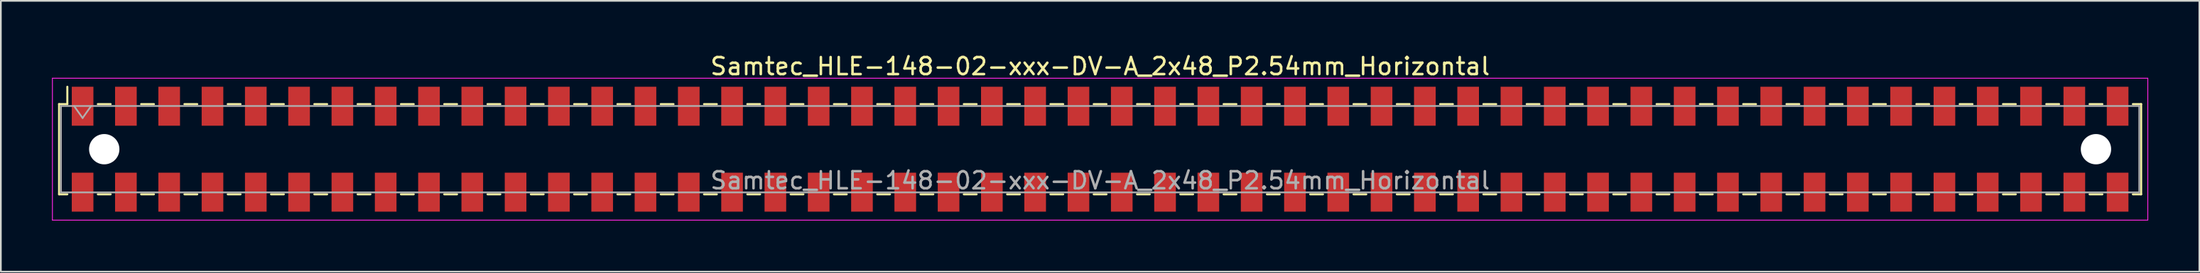
<source format=kicad_pcb>
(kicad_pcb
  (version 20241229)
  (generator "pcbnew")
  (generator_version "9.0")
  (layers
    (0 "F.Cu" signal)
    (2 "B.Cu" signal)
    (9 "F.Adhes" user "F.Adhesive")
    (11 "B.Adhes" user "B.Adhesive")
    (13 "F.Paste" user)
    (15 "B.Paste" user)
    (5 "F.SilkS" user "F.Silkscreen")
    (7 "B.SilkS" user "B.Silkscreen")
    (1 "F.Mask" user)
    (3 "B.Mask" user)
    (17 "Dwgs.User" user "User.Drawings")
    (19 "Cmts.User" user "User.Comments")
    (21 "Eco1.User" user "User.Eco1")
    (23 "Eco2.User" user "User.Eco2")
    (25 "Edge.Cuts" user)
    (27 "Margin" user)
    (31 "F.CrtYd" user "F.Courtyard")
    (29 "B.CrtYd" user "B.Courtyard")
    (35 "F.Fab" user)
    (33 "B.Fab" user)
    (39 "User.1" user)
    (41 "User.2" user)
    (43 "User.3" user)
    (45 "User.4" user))
  (footprint "Samtec_HLE-148-02-xxx-DV-A_2x48_P2.54mm_Horizontal"
    (layer "F.Cu")
    (at 61.485 5.718)
    (property "Reference" "Samtec_HLE-148-02-xxx-DV-A_2x48_P2.54mm_Horizontal" (at 0 -4.87 0) (layer "F.SilkS") (effects (font (size 1 1) (thickness 0.15))))
    (attr smd)
    (fp_line (start -61.07 -2.65) (end -61.07 2.65) (stroke (width 0.12) (type solid)) (layer "F.SilkS"))
    (fp_line (start -61.07 2.65) (end -60.585 2.65) (stroke (width 0.12) (type solid)) (layer "F.SilkS"))
    (fp_line (start -60.585 -3.67) (end -60.585 -2.65) (stroke (width 0.12) (type solid)) (layer "F.SilkS"))
    (fp_line (start -60.585 -2.65) (end -61.07 -2.65) (stroke (width 0.12) (type solid)) (layer "F.SilkS"))
    (fp_line (start -58.795 -2.65) (end -58.045 -2.65) (stroke (width 0.12) (type solid)) (layer "F.SilkS"))
    (fp_line (start -58.795 2.65) (end -58.045 2.65) (stroke (width 0.12) (type solid)) (layer "F.SilkS"))
    (fp_line (start -56.255 -2.65) (end -55.505 -2.65) (stroke (width 0.12) (type solid)) (layer "F.SilkS"))
    (fp_line (start -56.255 2.65) (end -55.505 2.65) (stroke (width 0.12) (type solid)) (layer "F.SilkS"))
    (fp_line (start -53.715 -2.65) (end -52.965 -2.65) (stroke (width 0.12) (type solid)) (layer "F.SilkS"))
    (fp_line (start -53.715 2.65) (end -52.965 2.65) (stroke (width 0.12) (type solid)) (layer "F.SilkS"))
    (fp_line (start -51.175 -2.65) (end -50.425 -2.65) (stroke (width 0.12) (type solid)) (layer "F.SilkS"))
    (fp_line (start -51.175 2.65) (end -50.425 2.65) (stroke (width 0.12) (type solid)) (layer "F.SilkS"))
    (fp_line (start -48.635 -2.65) (end -47.885 -2.65) (stroke (width 0.12) (type solid)) (layer "F.SilkS"))
    (fp_line (start -48.635 2.65) (end -47.885 2.65) (stroke (width 0.12) (type solid)) (layer "F.SilkS"))
    (fp_line (start -46.095 -2.65) (end -45.345 -2.65) (stroke (width 0.12) (type solid)) (layer "F.SilkS"))
    (fp_line (start -46.095 2.65) (end -45.345 2.65) (stroke (width 0.12) (type solid)) (layer "F.SilkS"))
    (fp_line (start -43.555 -2.65) (end -42.805 -2.65) (stroke (width 0.12) (type solid)) (layer "F.SilkS"))
    (fp_line (start -43.555 2.65) (end -42.805 2.65) (stroke (width 0.12) (type solid)) (layer "F.SilkS"))
    (fp_line (start -41.015 -2.65) (end -40.265 -2.65) (stroke (width 0.12) (type solid)) (layer "F.SilkS"))
    (fp_line (start -41.015 2.65) (end -40.265 2.65) (stroke (width 0.12) (type solid)) (layer "F.SilkS"))
    (fp_line (start -38.475 -2.65) (end -37.725 -2.65) (stroke (width 0.12) (type solid)) (layer "F.SilkS"))
    (fp_line (start -38.475 2.65) (end -37.725 2.65) (stroke (width 0.12) (type solid)) (layer "F.SilkS"))
    (fp_line (start -35.935 -2.65) (end -35.185 -2.65) (stroke (width 0.12) (type solid)) (layer "F.SilkS"))
    (fp_line (start -35.935 2.65) (end -35.185 2.65) (stroke (width 0.12) (type solid)) (layer "F.SilkS"))
    (fp_line (start -33.395 -2.65) (end -32.645 -2.65) (stroke (width 0.12) (type solid)) (layer "F.SilkS"))
    (fp_line (start -33.395 2.65) (end -32.645 2.65) (stroke (width 0.12) (type solid)) (layer "F.SilkS"))
    (fp_line (start -30.855 -2.65) (end -30.105 -2.65) (stroke (width 0.12) (type solid)) (layer "F.SilkS"))
    (fp_line (start -30.855 2.65) (end -30.105 2.65) (stroke (width 0.12) (type solid)) (layer "F.SilkS"))
    (fp_line (start -28.315 -2.65) (end -27.565 -2.65) (stroke (width 0.12) (type solid)) (layer "F.SilkS"))
    (fp_line (start -28.315 2.65) (end -27.565 2.65) (stroke (width 0.12) (type solid)) (layer "F.SilkS"))
    (fp_line (start -25.775 -2.65) (end -25.025 -2.65) (stroke (width 0.12) (type solid)) (layer "F.SilkS"))
    (fp_line (start -25.775 2.65) (end -25.025 2.65) (stroke (width 0.12) (type solid)) (layer "F.SilkS"))
    (fp_line (start -23.235 -2.65) (end -22.485 -2.65) (stroke (width 0.12) (type solid)) (layer "F.SilkS"))
    (fp_line (start -23.235 2.65) (end -22.485 2.65) (stroke (width 0.12) (type solid)) (layer "F.SilkS"))
    (fp_line (start -20.695 -2.65) (end -19.945 -2.65) (stroke (width 0.12) (type solid)) (layer "F.SilkS"))
    (fp_line (start -20.695 2.65) (end -19.945 2.65) (stroke (width 0.12) (type solid)) (layer "F.SilkS"))
    (fp_line (start -18.155 -2.65) (end -17.405 -2.65) (stroke (width 0.12) (type solid)) (layer "F.SilkS"))
    (fp_line (start -18.155 2.65) (end -17.405 2.65) (stroke (width 0.12) (type solid)) (layer "F.SilkS"))
    (fp_line (start -15.615 -2.65) (end -14.865 -2.65) (stroke (width 0.12) (type solid)) (layer "F.SilkS"))
    (fp_line (start -15.615 2.65) (end -14.865 2.65) (stroke (width 0.12) (type solid)) (layer "F.SilkS"))
    (fp_line (start -13.075 -2.65) (end -12.325 -2.65) (stroke (width 0.12) (type solid)) (layer "F.SilkS"))
    (fp_line (start -13.075 2.65) (end -12.325 2.65) (stroke (width 0.12) (type solid)) (layer "F.SilkS"))
    (fp_line (start -10.535 -2.65) (end -9.785 -2.65) (stroke (width 0.12) (type solid)) (layer "F.SilkS"))
    (fp_line (start -10.535 2.65) (end -9.785 2.65) (stroke (width 0.12) (type solid)) (layer "F.SilkS"))
    (fp_line (start -7.995 -2.65) (end -7.245 -2.65) (stroke (width 0.12) (type solid)) (layer "F.SilkS"))
    (fp_line (start -7.995 2.65) (end -7.245 2.65) (stroke (width 0.12) (type solid)) (layer "F.SilkS"))
    (fp_line (start -5.455 -2.65) (end -4.705 -2.65) (stroke (width 0.12) (type solid)) (layer "F.SilkS"))
    (fp_line (start -5.455 2.65) (end -4.705 2.65) (stroke (width 0.12) (type solid)) (layer "F.SilkS"))
    (fp_line (start -2.915 -2.65) (end -2.165 -2.65) (stroke (width 0.12) (type solid)) (layer "F.SilkS"))
    (fp_line (start -2.915 2.65) (end -2.165 2.65) (stroke (width 0.12) (type solid)) (layer "F.SilkS"))
    (fp_line (start -0.375 -2.65) (end 0.375 -2.65) (stroke (width 0.12) (type solid)) (layer "F.SilkS"))
    (fp_line (start -0.375 2.65) (end 0.375 2.65) (stroke (width 0.12) (type solid)) (layer "F.SilkS"))
    (fp_line (start 2.165 -2.65) (end 2.915 -2.65) (stroke (width 0.12) (type solid)) (layer "F.SilkS"))
    (fp_line (start 2.165 2.65) (end 2.915 2.65) (stroke (width 0.12) (type solid)) (layer "F.SilkS"))
    (fp_line (start 4.705 -2.65) (end 5.455 -2.65) (stroke (width 0.12) (type solid)) (layer "F.SilkS"))
    (fp_line (start 4.705 2.65) (end 5.455 2.65) (stroke (width 0.12) (type solid)) (layer "F.SilkS"))
    (fp_line (start 7.245 -2.65) (end 7.995 -2.65) (stroke (width 0.12) (type solid)) (layer "F.SilkS"))
    (fp_line (start 7.245 2.65) (end 7.995 2.65) (stroke (width 0.12) (type solid)) (layer "F.SilkS"))
    (fp_line (start 9.785 -2.65) (end 10.535 -2.65) (stroke (width 0.12) (type solid)) (layer "F.SilkS"))
    (fp_line (start 9.785 2.65) (end 10.535 2.65) (stroke (width 0.12) (type solid)) (layer "F.SilkS"))
    (fp_line (start 12.325 -2.65) (end 13.075 -2.65) (stroke (width 0.12) (type solid)) (layer "F.SilkS"))
    (fp_line (start 12.325 2.65) (end 13.075 2.65) (stroke (width 0.12) (type solid)) (layer "F.SilkS"))
    (fp_line (start 14.865 -2.65) (end 15.615 -2.65) (stroke (width 0.12) (type solid)) (layer "F.SilkS"))
    (fp_line (start 14.865 2.65) (end 15.615 2.65) (stroke (width 0.12) (type solid)) (layer "F.SilkS"))
    (fp_line (start 17.405 -2.65) (end 18.155 -2.65) (stroke (width 0.12) (type solid)) (layer "F.SilkS"))
    (fp_line (start 17.405 2.65) (end 18.155 2.65) (stroke (width 0.12) (type solid)) (layer "F.SilkS"))
    (fp_line (start 19.945 -2.65) (end 20.695 -2.65) (stroke (width 0.12) (type solid)) (layer "F.SilkS"))
    (fp_line (start 19.945 2.65) (end 20.695 2.65) (stroke (width 0.12) (type solid)) (layer "F.SilkS"))
    (fp_line (start 22.485 -2.65) (end 23.235 -2.65) (stroke (width 0.12) (type solid)) (layer "F.SilkS"))
    (fp_line (start 22.485 2.65) (end 23.235 2.65) (stroke (width 0.12) (type solid)) (layer "F.SilkS"))
    (fp_line (start 25.025 -2.65) (end 25.775 -2.65) (stroke (width 0.12) (type solid)) (layer "F.SilkS"))
    (fp_line (start 25.025 2.65) (end 25.775 2.65) (stroke (width 0.12) (type solid)) (layer "F.SilkS"))
    (fp_line (start 27.565 -2.65) (end 28.315 -2.65) (stroke (width 0.12) (type solid)) (layer "F.SilkS"))
    (fp_line (start 27.565 2.65) (end 28.315 2.65) (stroke (width 0.12) (type solid)) (layer "F.SilkS"))
    (fp_line (start 30.105 -2.65) (end 30.855 -2.65) (stroke (width 0.12) (type solid)) (layer "F.SilkS"))
    (fp_line (start 30.105 2.65) (end 30.855 2.65) (stroke (width 0.12) (type solid)) (layer "F.SilkS"))
    (fp_line (start 32.645 -2.65) (end 33.395 -2.65) (stroke (width 0.12) (type solid)) (layer "F.SilkS"))
    (fp_line (start 32.645 2.65) (end 33.395 2.65) (stroke (width 0.12) (type solid)) (layer "F.SilkS"))
    (fp_line (start 35.185 -2.65) (end 35.935 -2.65) (stroke (width 0.12) (type solid)) (layer "F.SilkS"))
    (fp_line (start 35.185 2.65) (end 35.935 2.65) (stroke (width 0.12) (type solid)) (layer "F.SilkS"))
    (fp_line (start 37.725 -2.65) (end 38.475 -2.65) (stroke (width 0.12) (type solid)) (layer "F.SilkS"))
    (fp_line (start 37.725 2.65) (end 38.475 2.65) (stroke (width 0.12) (type solid)) (layer "F.SilkS"))
    (fp_line (start 40.265 -2.65) (end 41.015 -2.65) (stroke (width 0.12) (type solid)) (layer "F.SilkS"))
    (fp_line (start 40.265 2.65) (end 41.015 2.65) (stroke (width 0.12) (type solid)) (layer "F.SilkS"))
    (fp_line (start 42.805 -2.65) (end 43.555 -2.65) (stroke (width 0.12) (type solid)) (layer "F.SilkS"))
    (fp_line (start 42.805 2.65) (end 43.555 2.65) (stroke (width 0.12) (type solid)) (layer "F.SilkS"))
    (fp_line (start 45.345 -2.65) (end 46.095 -2.65) (stroke (width 0.12) (type solid)) (layer "F.SilkS"))
    (fp_line (start 45.345 2.65) (end 46.095 2.65) (stroke (width 0.12) (type solid)) (layer "F.SilkS"))
    (fp_line (start 47.885 -2.65) (end 48.635 -2.65) (stroke (width 0.12) (type solid)) (layer "F.SilkS"))
    (fp_line (start 47.885 2.65) (end 48.635 2.65) (stroke (width 0.12) (type solid)) (layer "F.SilkS"))
    (fp_line (start 50.425 -2.65) (end 51.175 -2.65) (stroke (width 0.12) (type solid)) (layer "F.SilkS"))
    (fp_line (start 50.425 2.65) (end 51.175 2.65) (stroke (width 0.12) (type solid)) (layer "F.SilkS"))
    (fp_line (start 52.965 -2.65) (end 53.715 -2.65) (stroke (width 0.12) (type solid)) (layer "F.SilkS"))
    (fp_line (start 52.965 2.65) (end 53.715 2.65) (stroke (width 0.12) (type solid)) (layer "F.SilkS"))
    (fp_line (start 55.505 -2.65) (end 56.255 -2.65) (stroke (width 0.12) (type solid)) (layer "F.SilkS"))
    (fp_line (start 55.505 2.65) (end 56.255 2.65) (stroke (width 0.12) (type solid)) (layer "F.SilkS"))
    (fp_line (start 58.045 -2.65) (end 58.795 -2.65) (stroke (width 0.12) (type solid)) (layer "F.SilkS"))
    (fp_line (start 58.045 2.65) (end 58.795 2.65) (stroke (width 0.12) (type solid)) (layer "F.SilkS"))
    (fp_line (start 60.585 -2.65) (end 61.07 -2.65) (stroke (width 0.12) (type solid)) (layer "F.SilkS"))
    (fp_line (start 61.07 -2.65) (end 61.07 2.65) (stroke (width 0.12) (type solid)) (layer "F.SilkS"))
    (fp_line (start 61.07 2.65) (end 60.585 2.65) (stroke (width 0.12) (type solid)) (layer "F.SilkS"))
    (fp_line (start -61.46 -4.17) (end 61.46 -4.17) (stroke (width 0.05) (type solid)) (layer "F.CrtYd"))
    (fp_line (start -61.46 4.17) (end -61.46 -4.17) (stroke (width 0.05) (type solid)) (layer "F.CrtYd"))
    (fp_line (start 61.46 -4.17) (end 61.46 4.17) (stroke (width 0.05) (type solid)) (layer "F.CrtYd"))
    (fp_line (start 61.46 4.17) (end -61.46 4.17) (stroke (width 0.05) (type solid)) (layer "F.CrtYd"))
    (fp_line (start -60.96 -2.54) (end 60.96 -2.54) (stroke (width 0.1) (type solid)) (layer "F.Fab"))
    (fp_line (start -60.96 2.54) (end -60.96 -2.54) (stroke (width 0.1) (type solid)) (layer "F.Fab"))
    (fp_line (start -60.19 -2.54) (end -59.69 -1.833) (stroke (width 0.1) (type solid)) (layer "F.Fab"))
    (fp_line (start -59.69 -1.833) (end -59.19 -2.54) (stroke (width 0.1) (type solid)) (layer "F.Fab"))
    (fp_line (start 60.96 -2.54) (end 60.96 2.54) (stroke (width 0.1) (type solid)) (layer "F.Fab"))
    (fp_line (start 60.96 2.54) (end -60.96 2.54) (stroke (width 0.1) (type solid)) (layer "F.Fab"))
    (fp_text user "${REFERENCE}" (at 0 1.84 0) (layer "F.Fab") (effects (font (size 1 1) (thickness 0.15))))
    (pad "" np_thru_hole circle (at -58.42 0) (size 1.78 1.78) (drill 1.78) (layers "*.Cu" "*.Mask"))
    (pad "" np_thru_hole circle (at 58.42 0) (size 1.78 1.78) (drill 1.78) (layers "*.Cu" "*.Mask"))
    (pad "1" smd rect (at -59.69 -2.525) (size 1.27 2.29) (layers "F.Cu" "F.Mask" "F.Paste"))
    (pad "2" smd rect (at -59.69 2.525) (size 1.27 2.29) (layers "F.Cu" "F.Mask" "F.Paste"))
    (pad "3" smd rect (at -57.15 -2.525) (size 1.27 2.29) (layers "F.Cu" "F.Mask" "F.Paste"))
    (pad "4" smd rect (at -57.15 2.525) (size 1.27 2.29) (layers "F.Cu" "F.Mask" "F.Paste"))
    (pad "5" smd rect (at -54.61 -2.525) (size 1.27 2.29) (layers "F.Cu" "F.Mask" "F.Paste"))
    (pad "6" smd rect (at -54.61 2.525) (size 1.27 2.29) (layers "F.Cu" "F.Mask" "F.Paste"))
    (pad "7" smd rect (at -52.07 -2.525) (size 1.27 2.29) (layers "F.Cu" "F.Mask" "F.Paste"))
    (pad "8" smd rect (at -52.07 2.525) (size 1.27 2.29) (layers "F.Cu" "F.Mask" "F.Paste"))
    (pad "9" smd rect (at -49.53 -2.525) (size 1.27 2.29) (layers "F.Cu" "F.Mask" "F.Paste"))
    (pad "10" smd rect (at -49.53 2.525) (size 1.27 2.29) (layers "F.Cu" "F.Mask" "F.Paste"))
    (pad "11" smd rect (at -46.99 -2.525) (size 1.27 2.29) (layers "F.Cu" "F.Mask" "F.Paste"))
    (pad "12" smd rect (at -46.99 2.525) (size 1.27 2.29) (layers "F.Cu" "F.Mask" "F.Paste"))
    (pad "13" smd rect (at -44.45 -2.525) (size 1.27 2.29) (layers "F.Cu" "F.Mask" "F.Paste"))
    (pad "14" smd rect (at -44.45 2.525) (size 1.27 2.29) (layers "F.Cu" "F.Mask" "F.Paste"))
    (pad "15" smd rect (at -41.91 -2.525) (size 1.27 2.29) (layers "F.Cu" "F.Mask" "F.Paste"))
    (pad "16" smd rect (at -41.91 2.525) (size 1.27 2.29) (layers "F.Cu" "F.Mask" "F.Paste"))
    (pad "17" smd rect (at -39.37 -2.525) (size 1.27 2.29) (layers "F.Cu" "F.Mask" "F.Paste"))
    (pad "18" smd rect (at -39.37 2.525) (size 1.27 2.29) (layers "F.Cu" "F.Mask" "F.Paste"))
    (pad "19" smd rect (at -36.83 -2.525) (size 1.27 2.29) (layers "F.Cu" "F.Mask" "F.Paste"))
    (pad "20" smd rect (at -36.83 2.525) (size 1.27 2.29) (layers "F.Cu" "F.Mask" "F.Paste"))
    (pad "21" smd rect (at -34.29 -2.525) (size 1.27 2.29) (layers "F.Cu" "F.Mask" "F.Paste"))
    (pad "22" smd rect (at -34.29 2.525) (size 1.27 2.29) (layers "F.Cu" "F.Mask" "F.Paste"))
    (pad "23" smd rect (at -31.75 -2.525) (size 1.27 2.29) (layers "F.Cu" "F.Mask" "F.Paste"))
    (pad "24" smd rect (at -31.75 2.525) (size 1.27 2.29) (layers "F.Cu" "F.Mask" "F.Paste"))
    (pad "25" smd rect (at -29.21 -2.525) (size 1.27 2.29) (layers "F.Cu" "F.Mask" "F.Paste"))
    (pad "26" smd rect (at -29.21 2.525) (size 1.27 2.29) (layers "F.Cu" "F.Mask" "F.Paste"))
    (pad "27" smd rect (at -26.67 -2.525) (size 1.27 2.29) (layers "F.Cu" "F.Mask" "F.Paste"))
    (pad "28" smd rect (at -26.67 2.525) (size 1.27 2.29) (layers "F.Cu" "F.Mask" "F.Paste"))
    (pad "29" smd rect (at -24.13 -2.525) (size 1.27 2.29) (layers "F.Cu" "F.Mask" "F.Paste"))
    (pad "30" smd rect (at -24.13 2.525) (size 1.27 2.29) (layers "F.Cu" "F.Mask" "F.Paste"))
    (pad "31" smd rect (at -21.59 -2.525) (size 1.27 2.29) (layers "F.Cu" "F.Mask" "F.Paste"))
    (pad "32" smd rect (at -21.59 2.525) (size 1.27 2.29) (layers "F.Cu" "F.Mask" "F.Paste"))
    (pad "33" smd rect (at -19.05 -2.525) (size 1.27 2.29) (layers "F.Cu" "F.Mask" "F.Paste"))
    (pad "34" smd rect (at -19.05 2.525) (size 1.27 2.29) (layers "F.Cu" "F.Mask" "F.Paste"))
    (pad "35" smd rect (at -16.51 -2.525) (size 1.27 2.29) (layers "F.Cu" "F.Mask" "F.Paste"))
    (pad "36" smd rect (at -16.51 2.525) (size 1.27 2.29) (layers "F.Cu" "F.Mask" "F.Paste"))
    (pad "37" smd rect (at -13.97 -2.525) (size 1.27 2.29) (layers "F.Cu" "F.Mask" "F.Paste"))
    (pad "38" smd rect (at -13.97 2.525) (size 1.27 2.29) (layers "F.Cu" "F.Mask" "F.Paste"))
    (pad "39" smd rect (at -11.43 -2.525) (size 1.27 2.29) (layers "F.Cu" "F.Mask" "F.Paste"))
    (pad "40" smd rect (at -11.43 2.525) (size 1.27 2.29) (layers "F.Cu" "F.Mask" "F.Paste"))
    (pad "41" smd rect (at -8.89 -2.525) (size 1.27 2.29) (layers "F.Cu" "F.Mask" "F.Paste"))
    (pad "42" smd rect (at -8.89 2.525) (size 1.27 2.29) (layers "F.Cu" "F.Mask" "F.Paste"))
    (pad "43" smd rect (at -6.35 -2.525) (size 1.27 2.29) (layers "F.Cu" "F.Mask" "F.Paste"))
    (pad "44" smd rect (at -6.35 2.525) (size 1.27 2.29) (layers "F.Cu" "F.Mask" "F.Paste"))
    (pad "45" smd rect (at -3.81 -2.525) (size 1.27 2.29) (layers "F.Cu" "F.Mask" "F.Paste"))
    (pad "46" smd rect (at -3.81 2.525) (size 1.27 2.29) (layers "F.Cu" "F.Mask" "F.Paste"))
    (pad "47" smd rect (at -1.27 -2.525) (size 1.27 2.29) (layers "F.Cu" "F.Mask" "F.Paste"))
    (pad "48" smd rect (at -1.27 2.525) (size 1.27 2.29) (layers "F.Cu" "F.Mask" "F.Paste"))
    (pad "49" smd rect (at 1.27 -2.525) (size 1.27 2.29) (layers "F.Cu" "F.Mask" "F.Paste"))
    (pad "50" smd rect (at 1.27 2.525) (size 1.27 2.29) (layers "F.Cu" "F.Mask" "F.Paste"))
    (pad "51" smd rect (at 3.81 -2.525) (size 1.27 2.29) (layers "F.Cu" "F.Mask" "F.Paste"))
    (pad "52" smd rect (at 3.81 2.525) (size 1.27 2.29) (layers "F.Cu" "F.Mask" "F.Paste"))
    (pad "53" smd rect (at 6.35 -2.525) (size 1.27 2.29) (layers "F.Cu" "F.Mask" "F.Paste"))
    (pad "54" smd rect (at 6.35 2.525) (size 1.27 2.29) (layers "F.Cu" "F.Mask" "F.Paste"))
    (pad "55" smd rect (at 8.89 -2.525) (size 1.27 2.29) (layers "F.Cu" "F.Mask" "F.Paste"))
    (pad "56" smd rect (at 8.89 2.525) (size 1.27 2.29) (layers "F.Cu" "F.Mask" "F.Paste"))
    (pad "57" smd rect (at 11.43 -2.525) (size 1.27 2.29) (layers "F.Cu" "F.Mask" "F.Paste"))
    (pad "58" smd rect (at 11.43 2.525) (size 1.27 2.29) (layers "F.Cu" "F.Mask" "F.Paste"))
    (pad "59" smd rect (at 13.97 -2.525) (size 1.27 2.29) (layers "F.Cu" "F.Mask" "F.Paste"))
    (pad "60" smd rect (at 13.97 2.525) (size 1.27 2.29) (layers "F.Cu" "F.Mask" "F.Paste"))
    (pad "61" smd rect (at 16.51 -2.525) (size 1.27 2.29) (layers "F.Cu" "F.Mask" "F.Paste"))
    (pad "62" smd rect (at 16.51 2.525) (size 1.27 2.29) (layers "F.Cu" "F.Mask" "F.Paste"))
    (pad "63" smd rect (at 19.05 -2.525) (size 1.27 2.29) (layers "F.Cu" "F.Mask" "F.Paste"))
    (pad "64" smd rect (at 19.05 2.525) (size 1.27 2.29) (layers "F.Cu" "F.Mask" "F.Paste"))
    (pad "65" smd rect (at 21.59 -2.525) (size 1.27 2.29) (layers "F.Cu" "F.Mask" "F.Paste"))
    (pad "66" smd rect (at 21.59 2.525) (size 1.27 2.29) (layers "F.Cu" "F.Mask" "F.Paste"))
    (pad "67" smd rect (at 24.13 -2.525) (size 1.27 2.29) (layers "F.Cu" "F.Mask" "F.Paste"))
    (pad "68" smd rect (at 24.13 2.525) (size 1.27 2.29) (layers "F.Cu" "F.Mask" "F.Paste"))
    (pad "69" smd rect (at 26.67 -2.525) (size 1.27 2.29) (layers "F.Cu" "F.Mask" "F.Paste"))
    (pad "70" smd rect (at 26.67 2.525) (size 1.27 2.29) (layers "F.Cu" "F.Mask" "F.Paste"))
    (pad "71" smd rect (at 29.21 -2.525) (size 1.27 2.29) (layers "F.Cu" "F.Mask" "F.Paste"))
    (pad "72" smd rect (at 29.21 2.525) (size 1.27 2.29) (layers "F.Cu" "F.Mask" "F.Paste"))
    (pad "73" smd rect (at 31.75 -2.525) (size 1.27 2.29) (layers "F.Cu" "F.Mask" "F.Paste"))
    (pad "74" smd rect (at 31.75 2.525) (size 1.27 2.29) (layers "F.Cu" "F.Mask" "F.Paste"))
    (pad "75" smd rect (at 34.29 -2.525) (size 1.27 2.29) (layers "F.Cu" "F.Mask" "F.Paste"))
    (pad "76" smd rect (at 34.29 2.525) (size 1.27 2.29) (layers "F.Cu" "F.Mask" "F.Paste"))
    (pad "77" smd rect (at 36.83 -2.525) (size 1.27 2.29) (layers "F.Cu" "F.Mask" "F.Paste"))
    (pad "78" smd rect (at 36.83 2.525) (size 1.27 2.29) (layers "F.Cu" "F.Mask" "F.Paste"))
    (pad "79" smd rect (at 39.37 -2.525) (size 1.27 2.29) (layers "F.Cu" "F.Mask" "F.Paste"))
    (pad "80" smd rect (at 39.37 2.525) (size 1.27 2.29) (layers "F.Cu" "F.Mask" "F.Paste"))
    (pad "81" smd rect (at 41.91 -2.525) (size 1.27 2.29) (layers "F.Cu" "F.Mask" "F.Paste"))
    (pad "82" smd rect (at 41.91 2.525) (size 1.27 2.29) (layers "F.Cu" "F.Mask" "F.Paste"))
    (pad "83" smd rect (at 44.45 -2.525) (size 1.27 2.29) (layers "F.Cu" "F.Mask" "F.Paste"))
    (pad "84" smd rect (at 44.45 2.525) (size 1.27 2.29) (layers "F.Cu" "F.Mask" "F.Paste"))
    (pad "85" smd rect (at 46.99 -2.525) (size 1.27 2.29) (layers "F.Cu" "F.Mask" "F.Paste"))
    (pad "86" smd rect (at 46.99 2.525) (size 1.27 2.29) (layers "F.Cu" "F.Mask" "F.Paste"))
    (pad "87" smd rect (at 49.53 -2.525) (size 1.27 2.29) (layers "F.Cu" "F.Mask" "F.Paste"))
    (pad "88" smd rect (at 49.53 2.525) (size 1.27 2.29) (layers "F.Cu" "F.Mask" "F.Paste"))
    (pad "89" smd rect (at 52.07 -2.525) (size 1.27 2.29) (layers "F.Cu" "F.Mask" "F.Paste"))
    (pad "90" smd rect (at 52.07 2.525) (size 1.27 2.29) (layers "F.Cu" "F.Mask" "F.Paste"))
    (pad "91" smd rect (at 54.61 -2.525) (size 1.27 2.29) (layers "F.Cu" "F.Mask" "F.Paste"))
    (pad "92" smd rect (at 54.61 2.525) (size 1.27 2.29) (layers "F.Cu" "F.Mask" "F.Paste"))
    (pad "93" smd rect (at 57.15 -2.525) (size 1.27 2.29) (layers "F.Cu" "F.Mask" "F.Paste"))
    (pad "94" smd rect (at 57.15 2.525) (size 1.27 2.29) (layers "F.Cu" "F.Mask" "F.Paste"))
    (pad "95" smd rect (at 59.69 -2.525) (size 1.27 2.29) (layers "F.Cu" "F.Mask" "F.Paste"))
    (pad "96" smd rect (at 59.69 2.525) (size 1.27 2.29) (layers "F.Cu" "F.Mask" "F.Paste")))
  (gr_rect
    (start -3 -3)
    (end 125.97 12.913)
    (stroke (width 0.1) (type default))
    (fill no)
    (layer "Edge.Cuts")))
</source>
